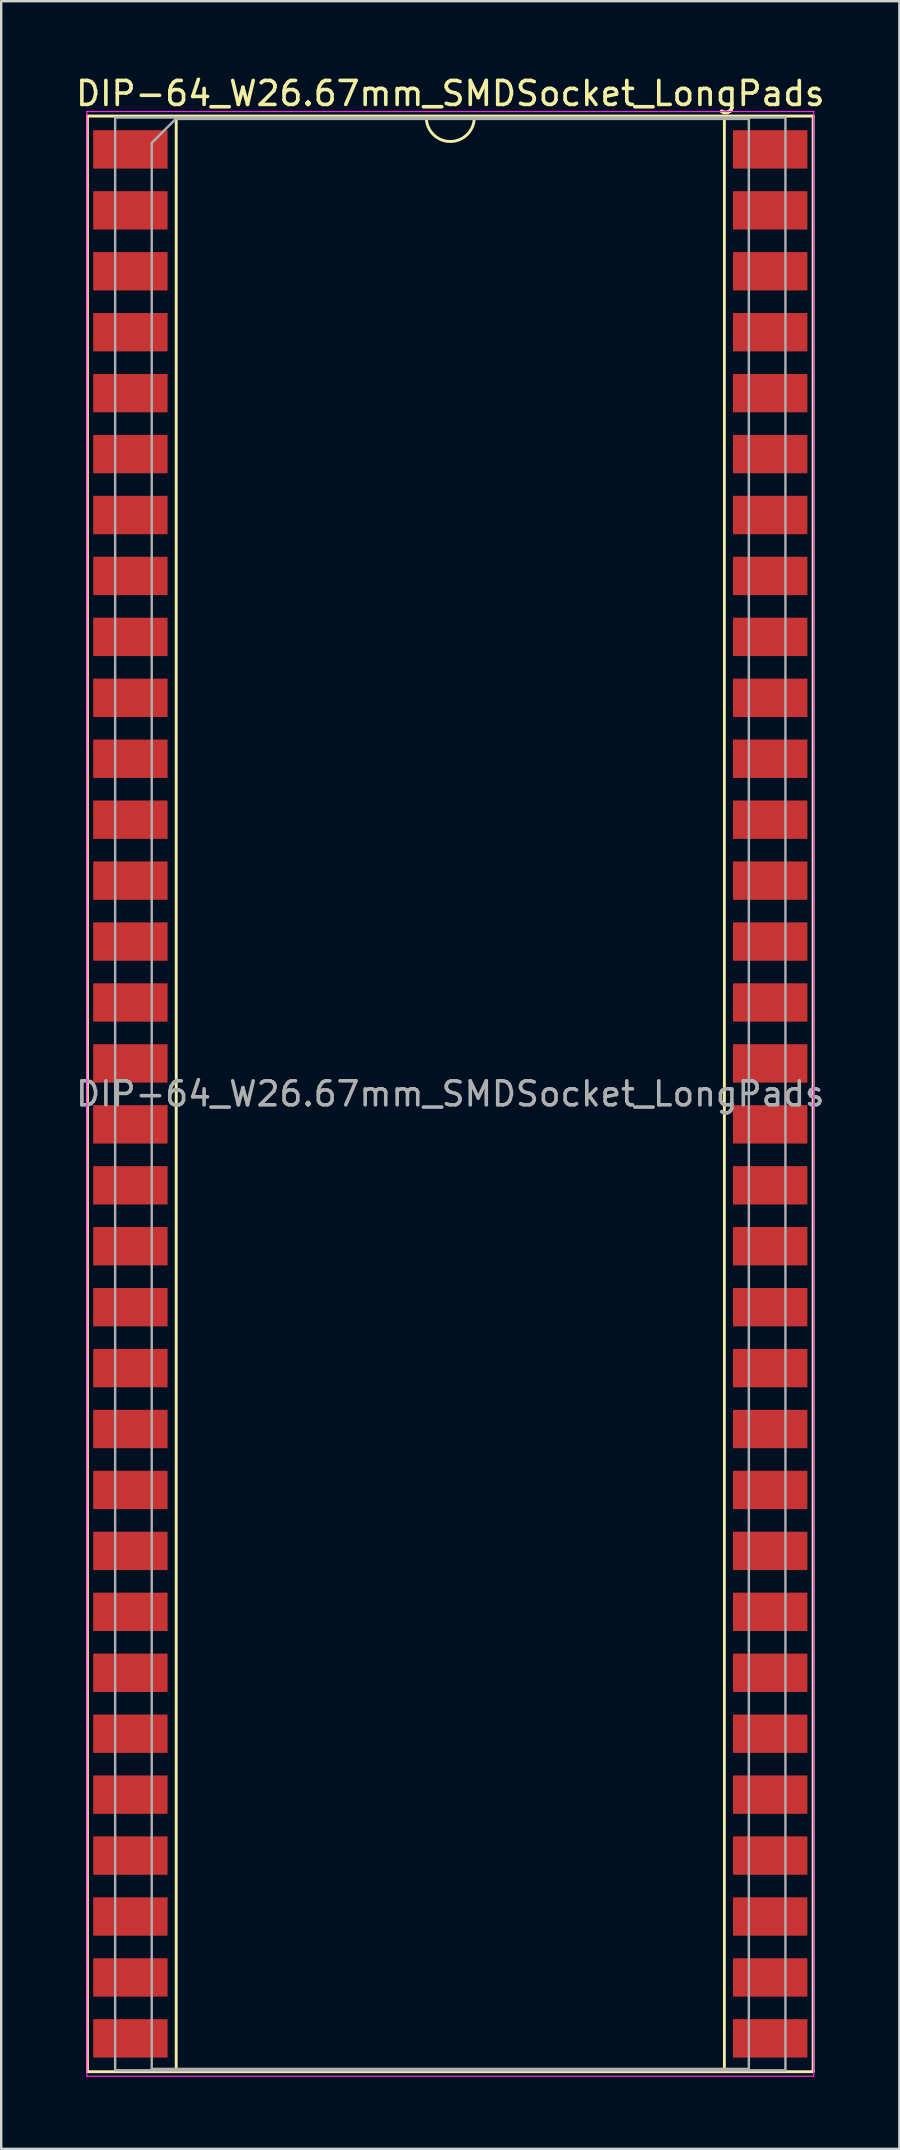
<source format=kicad_pcb>
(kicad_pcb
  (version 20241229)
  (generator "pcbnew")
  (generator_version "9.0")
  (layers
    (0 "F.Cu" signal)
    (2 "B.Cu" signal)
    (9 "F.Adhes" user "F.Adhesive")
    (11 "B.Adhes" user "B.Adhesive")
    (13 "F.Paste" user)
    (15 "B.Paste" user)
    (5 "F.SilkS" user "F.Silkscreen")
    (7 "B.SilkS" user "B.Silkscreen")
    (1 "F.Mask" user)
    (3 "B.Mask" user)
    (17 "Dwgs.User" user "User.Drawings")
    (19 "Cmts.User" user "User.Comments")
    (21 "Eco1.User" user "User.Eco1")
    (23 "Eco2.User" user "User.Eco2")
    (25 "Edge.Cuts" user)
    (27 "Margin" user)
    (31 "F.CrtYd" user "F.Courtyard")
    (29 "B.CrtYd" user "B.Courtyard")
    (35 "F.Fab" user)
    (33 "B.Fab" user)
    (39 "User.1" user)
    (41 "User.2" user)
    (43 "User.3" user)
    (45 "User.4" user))
  (footprint "DIP-64_W26.67mm_SMDSocket_LongPads"
    (layer "F.Cu")
    (at 15.72 42.548)
    (property "Reference" "DIP-64_W26.67mm_SMDSocket_LongPads" (at 0 -41.7 0) (layer "F.SilkS") (effects (font (size 1 1) (thickness 0.15))))
    (attr smd)
    (fp_line (start -15.125 -40.76) (end -15.125 40.76) (stroke (width 0.12) (type solid)) (layer "F.SilkS"))
    (fp_line (start -15.125 40.76) (end 15.125 40.76) (stroke (width 0.12) (type solid)) (layer "F.SilkS"))
    (fp_line (start -11.425 -40.7) (end -11.425 40.7) (stroke (width 0.12) (type solid)) (layer "F.SilkS"))
    (fp_line (start -11.425 40.7) (end 11.425 40.7) (stroke (width 0.12) (type solid)) (layer "F.SilkS"))
    (fp_line (start -1 -40.7) (end -11.425 -40.7) (stroke (width 0.12) (type solid)) (layer "F.SilkS"))
    (fp_line (start 11.425 -40.7) (end 1 -40.7) (stroke (width 0.12) (type solid)) (layer "F.SilkS"))
    (fp_line (start 11.425 40.7) (end 11.425 -40.7) (stroke (width 0.12) (type solid)) (layer "F.SilkS"))
    (fp_line (start 15.125 -40.76) (end -15.125 -40.76) (stroke (width 0.12) (type solid)) (layer "F.SilkS"))
    (fp_line (start 15.125 40.76) (end 15.125 -40.76) (stroke (width 0.12) (type solid)) (layer "F.SilkS"))
    (fp_arc (start 1 -40.7) (mid 0 -39.7) (end -1 -40.7) (stroke (width 0.12) (type solid)) (layer "F.SilkS"))
    (fp_line (start -15.15 -40.95) (end -15.15 40.95) (stroke (width 0.05) (type solid)) (layer "F.CrtYd"))
    (fp_line (start -15.15 40.95) (end 15.15 40.95) (stroke (width 0.05) (type solid)) (layer "F.CrtYd"))
    (fp_line (start 15.15 -40.95) (end -15.15 -40.95) (stroke (width 0.05) (type solid)) (layer "F.CrtYd"))
    (fp_line (start 15.15 40.95) (end 15.15 -40.95) (stroke (width 0.05) (type solid)) (layer "F.CrtYd"))
    (fp_line (start -13.97 -40.7) (end -13.97 40.7) (stroke (width 0.1) (type solid)) (layer "F.Fab"))
    (fp_line (start -13.97 40.7) (end 13.97 40.7) (stroke (width 0.1) (type solid)) (layer "F.Fab"))
    (fp_line (start -12.445 -39.64) (end -11.445 -40.64) (stroke (width 0.1) (type solid)) (layer "F.Fab"))
    (fp_line (start -12.445 40.64) (end -12.445 -39.64) (stroke (width 0.1) (type solid)) (layer "F.Fab"))
    (fp_line (start -11.445 -40.64) (end 12.445 -40.64) (stroke (width 0.1) (type solid)) (layer "F.Fab"))
    (fp_line (start 12.445 -40.64) (end 12.445 40.64) (stroke (width 0.1) (type solid)) (layer "F.Fab"))
    (fp_line (start 12.445 40.64) (end -12.445 40.64) (stroke (width 0.1) (type solid)) (layer "F.Fab"))
    (fp_line (start 13.97 -40.7) (end -13.97 -40.7) (stroke (width 0.1) (type solid)) (layer "F.Fab"))
    (fp_line (start 13.97 40.7) (end 13.97 -40.7) (stroke (width 0.1) (type solid)) (layer "F.Fab"))
    (fp_text user "${REFERENCE}" (at 0 0 0) (layer "F.Fab") (effects (font (size 1 1) (thickness 0.15))))
    (pad "1" smd rect (at -13.335 -39.37) (size 3.1 1.6) (layers "F.Cu" "F.Mask" "F.Paste"))
    (pad "2" smd rect (at -13.335 -36.83) (size 3.1 1.6) (layers "F.Cu" "F.Mask" "F.Paste"))
    (pad "3" smd rect (at -13.335 -34.29) (size 3.1 1.6) (layers "F.Cu" "F.Mask" "F.Paste"))
    (pad "4" smd rect (at -13.335 -31.75) (size 3.1 1.6) (layers "F.Cu" "F.Mask" "F.Paste"))
    (pad "5" smd rect (at -13.335 -29.21) (size 3.1 1.6) (layers "F.Cu" "F.Mask" "F.Paste"))
    (pad "6" smd rect (at -13.335 -26.67) (size 3.1 1.6) (layers "F.Cu" "F.Mask" "F.Paste"))
    (pad "7" smd rect (at -13.335 -24.13) (size 3.1 1.6) (layers "F.Cu" "F.Mask" "F.Paste"))
    (pad "8" smd rect (at -13.335 -21.59) (size 3.1 1.6) (layers "F.Cu" "F.Mask" "F.Paste"))
    (pad "9" smd rect (at -13.335 -19.05) (size 3.1 1.6) (layers "F.Cu" "F.Mask" "F.Paste"))
    (pad "10" smd rect (at -13.335 -16.51) (size 3.1 1.6) (layers "F.Cu" "F.Mask" "F.Paste"))
    (pad "11" smd rect (at -13.335 -13.97) (size 3.1 1.6) (layers "F.Cu" "F.Mask" "F.Paste"))
    (pad "12" smd rect (at -13.335 -11.43) (size 3.1 1.6) (layers "F.Cu" "F.Mask" "F.Paste"))
    (pad "13" smd rect (at -13.335 -8.89) (size 3.1 1.6) (layers "F.Cu" "F.Mask" "F.Paste"))
    (pad "14" smd rect (at -13.335 -6.35) (size 3.1 1.6) (layers "F.Cu" "F.Mask" "F.Paste"))
    (pad "15" smd rect (at -13.335 -3.81) (size 3.1 1.6) (layers "F.Cu" "F.Mask" "F.Paste"))
    (pad "16" smd rect (at -13.335 -1.27) (size 3.1 1.6) (layers "F.Cu" "F.Mask" "F.Paste"))
    (pad "17" smd rect (at -13.335 1.27) (size 3.1 1.6) (layers "F.Cu" "F.Mask" "F.Paste"))
    (pad "18" smd rect (at -13.335 3.81) (size 3.1 1.6) (layers "F.Cu" "F.Mask" "F.Paste"))
    (pad "19" smd rect (at -13.335 6.35) (size 3.1 1.6) (layers "F.Cu" "F.Mask" "F.Paste"))
    (pad "20" smd rect (at -13.335 8.89) (size 3.1 1.6) (layers "F.Cu" "F.Mask" "F.Paste"))
    (pad "21" smd rect (at -13.335 11.43) (size 3.1 1.6) (layers "F.Cu" "F.Mask" "F.Paste"))
    (pad "22" smd rect (at -13.335 13.97) (size 3.1 1.6) (layers "F.Cu" "F.Mask" "F.Paste"))
    (pad "23" smd rect (at -13.335 16.51) (size 3.1 1.6) (layers "F.Cu" "F.Mask" "F.Paste"))
    (pad "24" smd rect (at -13.335 19.05) (size 3.1 1.6) (layers "F.Cu" "F.Mask" "F.Paste"))
    (pad "25" smd rect (at -13.335 21.59) (size 3.1 1.6) (layers "F.Cu" "F.Mask" "F.Paste"))
    (pad "26" smd rect (at -13.335 24.13) (size 3.1 1.6) (layers "F.Cu" "F.Mask" "F.Paste"))
    (pad "27" smd rect (at -13.335 26.67) (size 3.1 1.6) (layers "F.Cu" "F.Mask" "F.Paste"))
    (pad "28" smd rect (at -13.335 29.21) (size 3.1 1.6) (layers "F.Cu" "F.Mask" "F.Paste"))
    (pad "29" smd rect (at -13.335 31.75) (size 3.1 1.6) (layers "F.Cu" "F.Mask" "F.Paste"))
    (pad "30" smd rect (at -13.335 34.29) (size 3.1 1.6) (layers "F.Cu" "F.Mask" "F.Paste"))
    (pad "31" smd rect (at -13.335 36.83) (size 3.1 1.6) (layers "F.Cu" "F.Mask" "F.Paste"))
    (pad "32" smd rect (at -13.335 39.37) (size 3.1 1.6) (layers "F.Cu" "F.Mask" "F.Paste"))
    (pad "33" smd rect (at 13.335 39.37) (size 3.1 1.6) (layers "F.Cu" "F.Mask" "F.Paste"))
    (pad "34" smd rect (at 13.335 36.83) (size 3.1 1.6) (layers "F.Cu" "F.Mask" "F.Paste"))
    (pad "35" smd rect (at 13.335 34.29) (size 3.1 1.6) (layers "F.Cu" "F.Mask" "F.Paste"))
    (pad "36" smd rect (at 13.335 31.75) (size 3.1 1.6) (layers "F.Cu" "F.Mask" "F.Paste"))
    (pad "37" smd rect (at 13.335 29.21) (size 3.1 1.6) (layers "F.Cu" "F.Mask" "F.Paste"))
    (pad "38" smd rect (at 13.335 26.67) (size 3.1 1.6) (layers "F.Cu" "F.Mask" "F.Paste"))
    (pad "39" smd rect (at 13.335 24.13) (size 3.1 1.6) (layers "F.Cu" "F.Mask" "F.Paste"))
    (pad "40" smd rect (at 13.335 21.59) (size 3.1 1.6) (layers "F.Cu" "F.Mask" "F.Paste"))
    (pad "41" smd rect (at 13.335 19.05) (size 3.1 1.6) (layers "F.Cu" "F.Mask" "F.Paste"))
    (pad "42" smd rect (at 13.335 16.51) (size 3.1 1.6) (layers "F.Cu" "F.Mask" "F.Paste"))
    (pad "43" smd rect (at 13.335 13.97) (size 3.1 1.6) (layers "F.Cu" "F.Mask" "F.Paste"))
    (pad "44" smd rect (at 13.335 11.43) (size 3.1 1.6) (layers "F.Cu" "F.Mask" "F.Paste"))
    (pad "45" smd rect (at 13.335 8.89) (size 3.1 1.6) (layers "F.Cu" "F.Mask" "F.Paste"))
    (pad "46" smd rect (at 13.335 6.35) (size 3.1 1.6) (layers "F.Cu" "F.Mask" "F.Paste"))
    (pad "47" smd rect (at 13.335 3.81) (size 3.1 1.6) (layers "F.Cu" "F.Mask" "F.Paste"))
    (pad "48" smd rect (at 13.335 1.27) (size 3.1 1.6) (layers "F.Cu" "F.Mask" "F.Paste"))
    (pad "49" smd rect (at 13.335 -1.27) (size 3.1 1.6) (layers "F.Cu" "F.Mask" "F.Paste"))
    (pad "50" smd rect (at 13.335 -3.81) (size 3.1 1.6) (layers "F.Cu" "F.Mask" "F.Paste"))
    (pad "51" smd rect (at 13.335 -6.35) (size 3.1 1.6) (layers "F.Cu" "F.Mask" "F.Paste"))
    (pad "52" smd rect (at 13.335 -8.89) (size 3.1 1.6) (layers "F.Cu" "F.Mask" "F.Paste"))
    (pad "53" smd rect (at 13.335 -11.43) (size 3.1 1.6) (layers "F.Cu" "F.Mask" "F.Paste"))
    (pad "54" smd rect (at 13.335 -13.97) (size 3.1 1.6) (layers "F.Cu" "F.Mask" "F.Paste"))
    (pad "55" smd rect (at 13.335 -16.51) (size 3.1 1.6) (layers "F.Cu" "F.Mask" "F.Paste"))
    (pad "56" smd rect (at 13.335 -19.05) (size 3.1 1.6) (layers "F.Cu" "F.Mask" "F.Paste"))
    (pad "57" smd rect (at 13.335 -21.59) (size 3.1 1.6) (layers "F.Cu" "F.Mask" "F.Paste"))
    (pad "58" smd rect (at 13.335 -24.13) (size 3.1 1.6) (layers "F.Cu" "F.Mask" "F.Paste"))
    (pad "59" smd rect (at 13.335 -26.67) (size 3.1 1.6) (layers "F.Cu" "F.Mask" "F.Paste"))
    (pad "60" smd rect (at 13.335 -29.21) (size 3.1 1.6) (layers "F.Cu" "F.Mask" "F.Paste"))
    (pad "61" smd rect (at 13.335 -31.75) (size 3.1 1.6) (layers "F.Cu" "F.Mask" "F.Paste"))
    (pad "62" smd rect (at 13.335 -34.29) (size 3.1 1.6) (layers "F.Cu" "F.Mask" "F.Paste"))
    (pad "63" smd rect (at 13.335 -36.83) (size 3.1 1.6) (layers "F.Cu" "F.Mask" "F.Paste"))
    (pad "64" smd rect (at 13.335 -39.37) (size 3.1 1.6) (layers "F.Cu" "F.Mask" "F.Paste")))
  (gr_rect
    (start -3 -3)
    (end 34.44 86.523)
    (stroke (width 0.1) (type default))
    (fill no)
    (layer "Edge.Cuts")))
</source>
